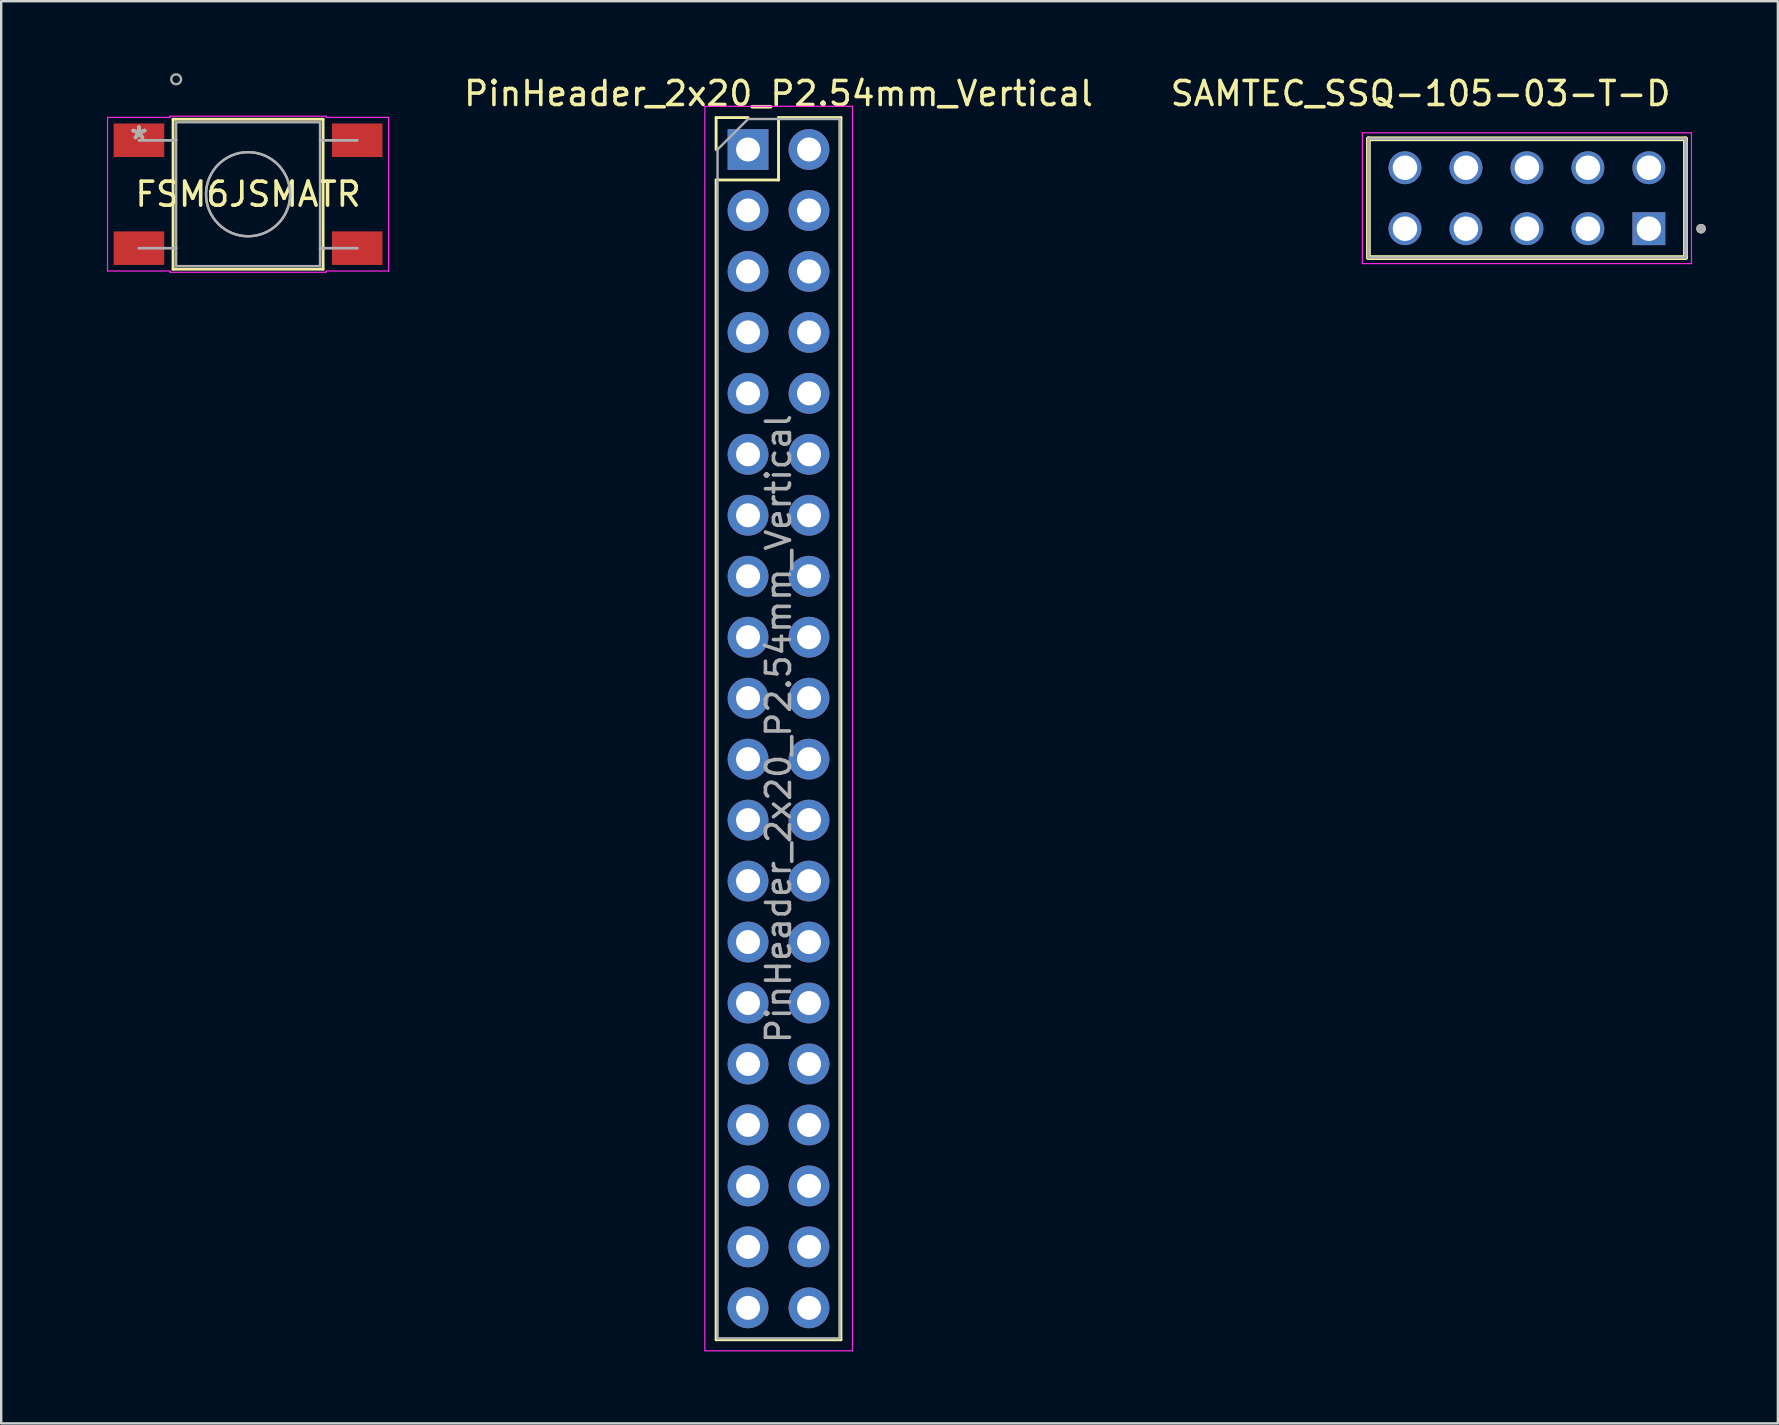
<source format=kicad_pcb>
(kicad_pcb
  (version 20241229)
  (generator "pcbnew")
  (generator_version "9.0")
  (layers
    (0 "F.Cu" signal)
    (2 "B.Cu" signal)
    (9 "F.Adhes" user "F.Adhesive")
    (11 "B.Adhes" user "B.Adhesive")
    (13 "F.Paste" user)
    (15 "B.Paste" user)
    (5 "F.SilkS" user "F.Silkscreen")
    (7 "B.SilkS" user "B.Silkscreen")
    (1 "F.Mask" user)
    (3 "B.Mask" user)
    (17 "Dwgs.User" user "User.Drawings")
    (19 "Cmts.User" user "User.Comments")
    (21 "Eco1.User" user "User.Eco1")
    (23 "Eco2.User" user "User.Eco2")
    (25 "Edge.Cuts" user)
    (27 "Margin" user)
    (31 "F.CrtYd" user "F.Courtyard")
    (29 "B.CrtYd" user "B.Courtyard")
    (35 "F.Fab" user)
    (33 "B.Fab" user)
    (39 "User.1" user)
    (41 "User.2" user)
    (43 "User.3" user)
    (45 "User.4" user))
  (footprint "FSM6JSMATR"
    (layer "F.Cu")
    (at 2.739 2.793)
    (property "Reference" "FSM6JSMATR" (at 4.547 2.248 0) (layer "F.SilkS") (effects (font (size 1 1) (thickness 0.15))))
    (attr through_hole)
    (fp_line (start 1.422 -0.876) (end 1.422 5.372) (stroke (width 0.12) (type solid)) (layer "F.SilkS"))
    (fp_line (start 1.422 5.372) (end 7.671 5.372) (stroke (width 0.12) (type solid)) (layer "F.SilkS"))
    (fp_line (start 7.671 -0.876) (end 1.422 -0.876) (stroke (width 0.12) (type solid)) (layer "F.SilkS"))
    (fp_line (start 7.671 5.372) (end 7.671 -0.876) (stroke (width 0.12) (type solid)) (layer "F.SilkS"))
    (fp_line (start -1.308 -0.953) (end 1.295 -0.953) (stroke (width 0.05) (type solid)) (layer "F.CrtYd"))
    (fp_line (start -1.308 5.448) (end -1.308 -0.953) (stroke (width 0.05) (type solid)) (layer "F.CrtYd"))
    (fp_line (start 1.295 -1.003) (end 7.798 -1.003) (stroke (width 0.05) (type solid)) (layer "F.CrtYd"))
    (fp_line (start 1.295 -0.953) (end 1.295 -1.003) (stroke (width 0.05) (type solid)) (layer "F.CrtYd"))
    (fp_line (start 1.295 5.448) (end -1.308 5.448) (stroke (width 0.05) (type solid)) (layer "F.CrtYd"))
    (fp_line (start 1.295 5.499) (end 1.295 5.448) (stroke (width 0.05) (type solid)) (layer "F.CrtYd"))
    (fp_line (start 7.798 -1.003) (end 7.798 -0.953) (stroke (width 0.05) (type solid)) (layer "F.CrtYd"))
    (fp_line (start 7.798 -0.953) (end 10.401 -0.953) (stroke (width 0.05) (type solid)) (layer "F.CrtYd"))
    (fp_line (start 7.798 5.448) (end 7.798 5.499) (stroke (width 0.05) (type solid)) (layer "F.CrtYd"))
    (fp_line (start 7.798 5.499) (end 1.295 5.499) (stroke (width 0.05) (type solid)) (layer "F.CrtYd"))
    (fp_line (start 10.401 -0.953) (end 10.401 5.448) (stroke (width 0.05) (type solid)) (layer "F.CrtYd"))
    (fp_line (start 10.401 5.448) (end 7.798 5.448) (stroke (width 0.05) (type solid)) (layer "F.CrtYd"))
    (fp_line (start 0 0) (end 0 0) (stroke (width 0.1) (type solid)) (layer "F.Fab"))
    (fp_line (start 0 0) (end 1.549 0) (stroke (width 0.1) (type solid)) (layer "F.Fab"))
    (fp_line (start 0 4.496) (end 0 4.496) (stroke (width 0.1) (type solid)) (layer "F.Fab"))
    (fp_line (start 0 4.496) (end 1.549 4.496) (stroke (width 0.1) (type solid)) (layer "F.Fab"))
    (fp_line (start 1.549 -0.749) (end 1.549 5.245) (stroke (width 0.1) (type solid)) (layer "F.Fab"))
    (fp_line (start 1.549 0) (end 0 0) (stroke (width 0.1) (type solid)) (layer "F.Fab"))
    (fp_line (start 1.549 0) (end 1.549 0) (stroke (width 0.1) (type solid)) (layer "F.Fab"))
    (fp_line (start 1.549 4.496) (end 0 4.496) (stroke (width 0.1) (type solid)) (layer "F.Fab"))
    (fp_line (start 1.549 4.496) (end 1.549 4.496) (stroke (width 0.1) (type solid)) (layer "F.Fab"))
    (fp_line (start 1.549 5.245) (end 7.544 5.245) (stroke (width 0.1) (type solid)) (layer "F.Fab"))
    (fp_line (start 7.544 -0.749) (end 1.549 -0.749) (stroke (width 0.1) (type solid)) (layer "F.Fab"))
    (fp_line (start 7.544 0) (end 7.544 0) (stroke (width 0.1) (type solid)) (layer "F.Fab"))
    (fp_line (start 7.544 0) (end 9.093 0) (stroke (width 0.1) (type solid)) (layer "F.Fab"))
    (fp_line (start 7.544 4.496) (end 7.544 4.496) (stroke (width 0.1) (type solid)) (layer "F.Fab"))
    (fp_line (start 7.544 4.496) (end 9.093 4.496) (stroke (width 0.1) (type solid)) (layer "F.Fab"))
    (fp_line (start 7.544 5.245) (end 7.544 -0.749) (stroke (width 0.1) (type solid)) (layer "F.Fab"))
    (fp_line (start 9.093 0) (end 7.544 0) (stroke (width 0.1) (type solid)) (layer "F.Fab"))
    (fp_line (start 9.093 0) (end 9.093 0) (stroke (width 0.1) (type solid)) (layer "F.Fab"))
    (fp_line (start 9.093 4.496) (end 7.544 4.496) (stroke (width 0.1) (type solid)) (layer "F.Fab"))
    (fp_line (start 9.093 4.496) (end 9.093 4.496) (stroke (width 0.1) (type solid)) (layer "F.Fab"))
    (fp_circle (center 1.549 -2.54) (end 1.753 -2.54) (stroke (width 0.1) (type solid)) (fill no) (layer "F.Fab"))
    (fp_circle (center 4.547 2.248) (end 6.299 2.248) (stroke (width 0.1) (type solid)) (fill no) (layer "F.Fab"))
    (fp_circle (center 4.547 2.248) (end 6.299 2.248) (stroke (width 0.1) (type solid)) (fill no) (layer "F.Fab"))
    (fp_text user "*" (at 0 0 0) (layer "F.SilkS") (effects (font (size 1 1) (thickness 0.15))))
    (fp_text user "Copyright 2021 Accelerated Designs. All rights reserved." (at 0 0 0) (layer "Cmts.User") (effects (font (size 0.127 0.127) (thickness 0.002))))
    (fp_text user "*" (at 0 0 0) (layer "F.Fab") (effects (font (size 1 1) (thickness 0.15))))
    (pad "1" smd rect (at 0 0) (size 2.108 1.397) (layers "F.Cu" "F.Mask" "F.Paste"))
    (pad "2" smd rect (at 0 4.496) (size 2.108 1.397) (layers "F.Cu" "F.Mask" "F.Paste"))
    (pad "3" smd rect (at 9.093 4.496) (size 2.108 1.397) (layers "F.Cu" "F.Mask" "F.Paste"))
    (pad "4" smd rect (at 9.093 0) (size 2.108 1.397) (layers "F.Cu" "F.Mask" "F.Paste")))
  (footprint "PinHeader_2x20_P2.54mm_Vertical"
    (layer "F.Cu")
    (at 28.115 3.178)
    (property "Reference" "PinHeader_2x20_P2.54mm_Vertical" (at 1.27 -2.33 0) (layer "F.SilkS") (effects (font (size 1 1) (thickness 0.15))))
    (attr through_hole)
    (fp_line (start -1.33 -1.33) (end 0 -1.33) (stroke (width 0.12) (type solid)) (layer "F.SilkS"))
    (fp_line (start -1.33 0) (end -1.33 -1.33) (stroke (width 0.12) (type solid)) (layer "F.SilkS"))
    (fp_line (start -1.33 1.27) (end -1.33 49.59) (stroke (width 0.12) (type solid)) (layer "F.SilkS"))
    (fp_line (start -1.33 1.27) (end 1.27 1.27) (stroke (width 0.12) (type solid)) (layer "F.SilkS"))
    (fp_line (start -1.33 49.59) (end 3.87 49.59) (stroke (width 0.12) (type solid)) (layer "F.SilkS"))
    (fp_line (start 1.27 -1.33) (end 3.87 -1.33) (stroke (width 0.12) (type solid)) (layer "F.SilkS"))
    (fp_line (start 1.27 1.27) (end 1.27 -1.33) (stroke (width 0.12) (type solid)) (layer "F.SilkS"))
    (fp_line (start 3.87 -1.33) (end 3.87 49.59) (stroke (width 0.12) (type solid)) (layer "F.SilkS"))
    (fp_line (start -1.8 -1.8) (end -1.8 50.05) (stroke (width 0.05) (type solid)) (layer "F.CrtYd"))
    (fp_line (start -1.8 50.05) (end 4.35 50.05) (stroke (width 0.05) (type solid)) (layer "F.CrtYd"))
    (fp_line (start 4.35 -1.8) (end -1.8 -1.8) (stroke (width 0.05) (type solid)) (layer "F.CrtYd"))
    (fp_line (start 4.35 50.05) (end 4.35 -1.8) (stroke (width 0.05) (type solid)) (layer "F.CrtYd"))
    (fp_line (start -1.27 0) (end 0 -1.27) (stroke (width 0.1) (type solid)) (layer "F.Fab"))
    (fp_line (start -1.27 49.53) (end -1.27 0) (stroke (width 0.1) (type solid)) (layer "F.Fab"))
    (fp_line (start 0 -1.27) (end 3.81 -1.27) (stroke (width 0.1) (type solid)) (layer "F.Fab"))
    (fp_line (start 3.81 -1.27) (end 3.81 49.53) (stroke (width 0.1) (type solid)) (layer "F.Fab"))
    (fp_line (start 3.81 49.53) (end -1.27 49.53) (stroke (width 0.1) (type solid)) (layer "F.Fab"))
    (fp_text user "${REFERENCE}" (at 1.27 24.13 270) (layer "F.Fab") (effects (font (size 1 1) (thickness 0.15))))
    (pad "1" thru_hole rect (at 0 0) (size 1.7 1.7) (drill 1) (layers "*.Cu" "*.Mask"))
    (pad "2" thru_hole oval (at 2.54 0) (size 1.7 1.7) (drill 1) (layers "*.Cu" "*.Mask"))
    (pad "3" thru_hole oval (at 0 2.54) (size 1.7 1.7) (drill 1) (layers "*.Cu" "*.Mask"))
    (pad "4" thru_hole oval (at 2.54 2.54) (size 1.7 1.7) (drill 1) (layers "*.Cu" "*.Mask"))
    (pad "5" thru_hole oval (at 0 5.08) (size 1.7 1.7) (drill 1) (layers "*.Cu" "*.Mask"))
    (pad "6" thru_hole oval (at 2.54 5.08) (size 1.7 1.7) (drill 1) (layers "*.Cu" "*.Mask"))
    (pad "7" thru_hole oval (at 0 7.62) (size 1.7 1.7) (drill 1) (layers "*.Cu" "*.Mask"))
    (pad "8" thru_hole oval (at 2.54 7.62) (size 1.7 1.7) (drill 1) (layers "*.Cu" "*.Mask"))
    (pad "9" thru_hole oval (at 0 10.16) (size 1.7 1.7) (drill 1) (layers "*.Cu" "*.Mask"))
    (pad "10" thru_hole oval (at 2.54 10.16) (size 1.7 1.7) (drill 1) (layers "*.Cu" "*.Mask"))
    (pad "11" thru_hole oval (at 0 12.7) (size 1.7 1.7) (drill 1) (layers "*.Cu" "*.Mask"))
    (pad "12" thru_hole oval (at 2.54 12.7) (size 1.7 1.7) (drill 1) (layers "*.Cu" "*.Mask"))
    (pad "13" thru_hole oval (at 0 15.24) (size 1.7 1.7) (drill 1) (layers "*.Cu" "*.Mask"))
    (pad "14" thru_hole oval (at 2.54 15.24) (size 1.7 1.7) (drill 1) (layers "*.Cu" "*.Mask"))
    (pad "15" thru_hole oval (at 0 17.78) (size 1.7 1.7) (drill 1) (layers "*.Cu" "*.Mask"))
    (pad "16" thru_hole oval (at 2.54 17.78) (size 1.7 1.7) (drill 1) (layers "*.Cu" "*.Mask"))
    (pad "17" thru_hole oval (at 0 20.32) (size 1.7 1.7) (drill 1) (layers "*.Cu" "*.Mask"))
    (pad "18" thru_hole oval (at 2.54 20.32) (size 1.7 1.7) (drill 1) (layers "*.Cu" "*.Mask"))
    (pad "19" thru_hole oval (at 0 22.86) (size 1.7 1.7) (drill 1) (layers "*.Cu" "*.Mask"))
    (pad "20" thru_hole oval (at 2.54 22.86) (size 1.7 1.7) (drill 1) (layers "*.Cu" "*.Mask"))
    (pad "21" thru_hole oval (at 0 25.4) (size 1.7 1.7) (drill 1) (layers "*.Cu" "*.Mask"))
    (pad "22" thru_hole oval (at 2.54 25.4) (size 1.7 1.7) (drill 1) (layers "*.Cu" "*.Mask"))
    (pad "23" thru_hole oval (at 0 27.94) (size 1.7 1.7) (drill 1) (layers "*.Cu" "*.Mask"))
    (pad "24" thru_hole oval (at 2.54 27.94) (size 1.7 1.7) (drill 1) (layers "*.Cu" "*.Mask"))
    (pad "25" thru_hole oval (at 0 30.48) (size 1.7 1.7) (drill 1) (layers "*.Cu" "*.Mask"))
    (pad "26" thru_hole oval (at 2.54 30.48) (size 1.7 1.7) (drill 1) (layers "*.Cu" "*.Mask"))
    (pad "27" thru_hole oval (at 0 33.02) (size 1.7 1.7) (drill 1) (layers "*.Cu" "*.Mask"))
    (pad "28" thru_hole oval (at 2.54 33.02) (size 1.7 1.7) (drill 1) (layers "*.Cu" "*.Mask"))
    (pad "29" thru_hole oval (at 0 35.56) (size 1.7 1.7) (drill 1) (layers "*.Cu" "*.Mask"))
    (pad "30" thru_hole oval (at 2.54 35.56) (size 1.7 1.7) (drill 1) (layers "*.Cu" "*.Mask"))
    (pad "31" thru_hole oval (at 0 38.1) (size 1.7 1.7) (drill 1) (layers "*.Cu" "*.Mask"))
    (pad "32" thru_hole oval (at 2.54 38.1) (size 1.7 1.7) (drill 1) (layers "*.Cu" "*.Mask"))
    (pad "33" thru_hole oval (at 0 40.64) (size 1.7 1.7) (drill 1) (layers "*.Cu" "*.Mask"))
    (pad "34" thru_hole oval (at 2.54 40.64) (size 1.7 1.7) (drill 1) (layers "*.Cu" "*.Mask"))
    (pad "35" thru_hole oval (at 0 43.18) (size 1.7 1.7) (drill 1) (layers "*.Cu" "*.Mask"))
    (pad "36" thru_hole oval (at 2.54 43.18) (size 1.7 1.7) (drill 1) (layers "*.Cu" "*.Mask"))
    (pad "37" thru_hole oval (at 0 45.72) (size 1.7 1.7) (drill 1) (layers "*.Cu" "*.Mask"))
    (pad "38" thru_hole oval (at 2.54 45.72) (size 1.7 1.7) (drill 1) (layers "*.Cu" "*.Mask"))
    (pad "39" thru_hole oval (at 0 48.26) (size 1.7 1.7) (drill 1) (layers "*.Cu" "*.Mask"))
    (pad "40" thru_hole oval (at 2.54 48.26) (size 1.7 1.7) (drill 1) (layers "*.Cu" "*.Mask")))
  (footprint "SAMTEC_SSQ-105-03-T-D"
    (layer "F.Cu")
    (at 60.565 5.208)
    (property "Reference" "SAMTEC_SSQ-105-03-T-D" (at -4.43 -4.36 0) (layer "F.SilkS") (effects (font (size 1 1) (thickness 0.15))))
    (attr through_hole)
    (fp_line (start -6.605 2.475) (end -6.605 -2.475) (stroke (width 0.2) (type solid)) (layer "F.SilkS"))
    (fp_line (start 6.605 -2.475) (end -6.605 -2.475) (stroke (width 0.2) (type solid)) (layer "F.SilkS"))
    (fp_line (start 6.605 -2.475) (end 6.605 2.475) (stroke (width 0.2) (type solid)) (layer "F.SilkS"))
    (fp_line (start 6.605 2.475) (end -6.605 2.475) (stroke (width 0.2) (type solid)) (layer "F.SilkS"))
    (fp_circle (center 7.255 1.27) (end 7.355 1.27) (stroke (width 0.2) (type solid)) (fill no) (layer "F.SilkS"))
    (fp_line (start -6.855 -2.725) (end 6.855 -2.725) (stroke (width 0.05) (type solid)) (layer "F.CrtYd"))
    (fp_line (start -6.855 2.725) (end -6.855 -2.725) (stroke (width 0.05) (type solid)) (layer "F.CrtYd"))
    (fp_line (start 6.855 -2.725) (end 6.855 2.725) (stroke (width 0.05) (type solid)) (layer "F.CrtYd"))
    (fp_line (start 6.855 2.725) (end -6.855 2.725) (stroke (width 0.05) (type solid)) (layer "F.CrtYd"))
    (fp_line (start -6.605 -2.475) (end 6.605 -2.475) (stroke (width 0.1) (type solid)) (layer "F.Fab"))
    (fp_line (start -6.605 -2.475) (end 6.605 -2.475) (stroke (width 0.1) (type solid)) (layer "F.Fab"))
    (fp_line (start -6.605 2.475) (end -6.605 -2.475) (stroke (width 0.1) (type solid)) (layer "F.Fab"))
    (fp_line (start -6.605 2.475) (end -6.605 -2.475) (stroke (width 0.1) (type solid)) (layer "F.Fab"))
    (fp_line (start 6.605 -2.475) (end 6.605 2.475) (stroke (width 0.1) (type solid)) (layer "F.Fab"))
    (fp_line (start 6.605 -2.475) (end 6.605 2.475) (stroke (width 0.1) (type solid)) (layer "F.Fab"))
    (fp_line (start 6.605 2.475) (end -6.605 2.475) (stroke (width 0.1) (type solid)) (layer "F.Fab"))
    (fp_circle (center 7.255 1.27) (end 7.355 1.27) (stroke (width 0.2) (type solid)) (fill no) (layer "F.Fab"))
    (pad "01" thru_hole rect (at 5.08 1.27) (size 1.37 1.37) (drill 1.02) (layers "*.Cu" "*.Mask"))
    (pad "02" thru_hole circle (at 5.08 -1.27) (size 1.37 1.37) (drill 1.02) (layers "*.Cu" "*.Mask"))
    (pad "03" thru_hole circle (at 2.54 1.27) (size 1.37 1.37) (drill 1.02) (layers "*.Cu" "*.Mask"))
    (pad "04" thru_hole circle (at 2.54 -1.27) (size 1.37 1.37) (drill 1.02) (layers "*.Cu" "*.Mask"))
    (pad "05" thru_hole circle (at 0 1.27) (size 1.37 1.37) (drill 1.02) (layers "*.Cu" "*.Mask"))
    (pad "06" thru_hole circle (at 0 -1.27) (size 1.37 1.37) (drill 1.02) (layers "*.Cu" "*.Mask"))
    (pad "07" thru_hole circle (at -2.54 1.27) (size 1.37 1.37) (drill 1.02) (layers "*.Cu" "*.Mask"))
    (pad "08" thru_hole circle (at -2.54 -1.27) (size 1.37 1.37) (drill 1.02) (layers "*.Cu" "*.Mask"))
    (pad "09" thru_hole circle (at -5.08 1.27) (size 1.37 1.37) (drill 1.02) (layers "*.Cu" "*.Mask"))
    (pad "10" thru_hole circle (at -5.08 -1.27) (size 1.37 1.37) (drill 1.02) (layers "*.Cu" "*.Mask")))
  (gr_rect
    (start -3 -3)
    (end 71.02 56.253)
    (stroke (width 0.1) (type default))
    (fill no)
    (layer "Edge.Cuts")))
</source>
